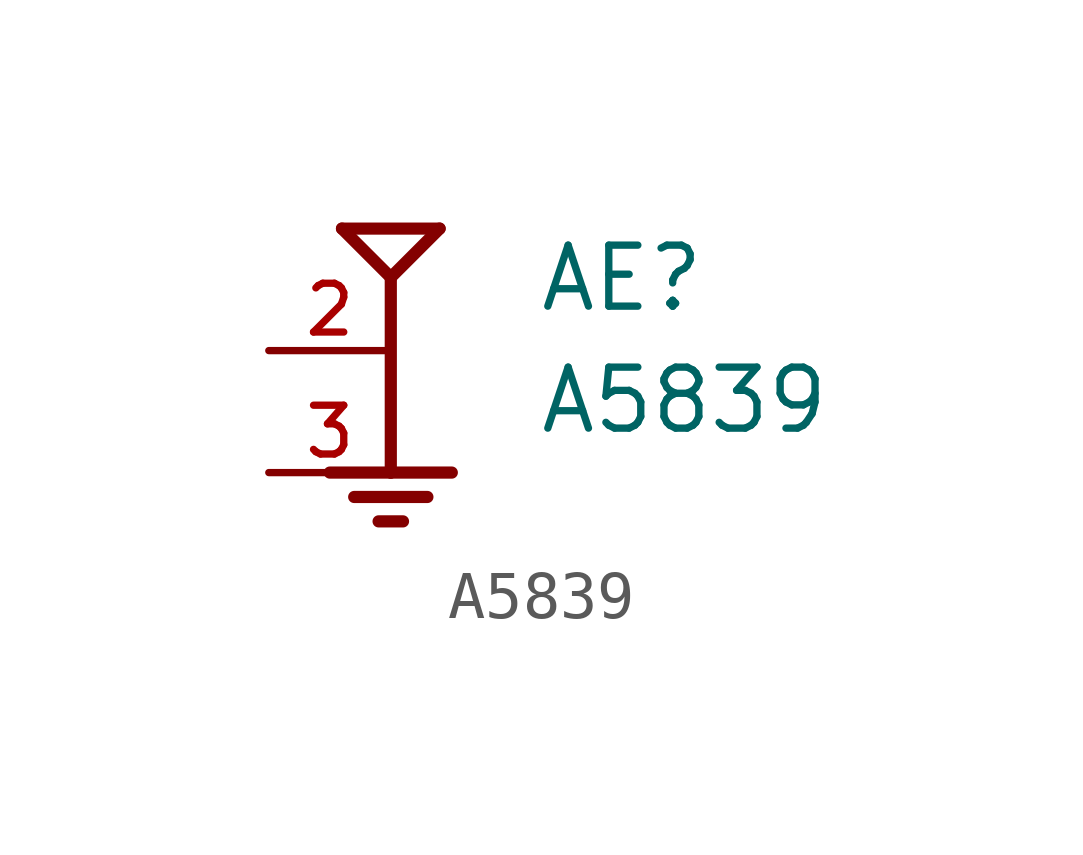
<source format=kicad_sym>
(kicad_symbol_lib
  (version 20211014)
  (generator kicad_symbol_editor)
  (symbol "A5839"
    (pin_names
      (offset 1.016) hide)
    (property "Reference" "AE"
      (at 3.048 0.762 0)
      (effects (font (size 1.27 1.27)) (justify left bottom)))
    (property "Value" "A5839"
      (at 3.048 -1.778 0)
      (effects (font (size 1.27 1.27)) (justify left bottom)))
    (property "ki_locked" ""
      (at 0 0 0)
      (effects (font (size 1.27 1.27))))
    (symbol "A5839_0_0"
      (polyline (pts (xy -1.27 -2.54) (xy 0 -2.54)) (stroke (width 0.254) (type default) (color 0 0 0 0)) (fill (type none)))
      (polyline (pts (xy -1.016 2.54) (xy 1.016 2.54)) (stroke (width 0.254) (type default) (color 0 0 0 0)) (fill (type none)))
      (polyline (pts (xy -0.762 -3.048) (xy 0.762 -3.048)) (stroke (width 0.254) (type default) (color 0 0 0 0)) (fill (type none)))
      (polyline (pts (xy -0.254 -3.556) (xy 0.254 -3.556)) (stroke (width 0.254) (type default) (color 0 0 0 0)) (fill (type none)))
      (polyline (pts (xy 0 -2.54) (xy 1.27 -2.54)) (stroke (width 0.254) (type default) (color 0 0 0 0)) (fill (type none)))
      (polyline (pts (xy 0 1.524) (xy -1.016 2.54)) (stroke (width 0.254) (type default) (color 0 0 0 0)) (fill (type none)))
      (polyline (pts (xy 0 1.524) (xy 0 -2.54)) (stroke (width 0.254) (type default) (color 0 0 0 0)) (fill (type none)))
      (polyline (pts (xy 1.016 2.54) (xy 0 1.524)) (stroke (width 0.254) (type default) (color 0 0 0 0)) (fill (type none)))
      (pin passive line (at -2.54 0 0) (length 2.54) (name "~" (effects (font (size 1.016 1.016)))) (number "2" (effects (font (size 1.016 1.016)))))
      (pin passive line (at -2.54 -2.54 0) (length 2.54) (name "~" (effects (font (size 1.016 1.016)))) (number "3" (effects (font (size 1.016 1.016))))))))
</source>
